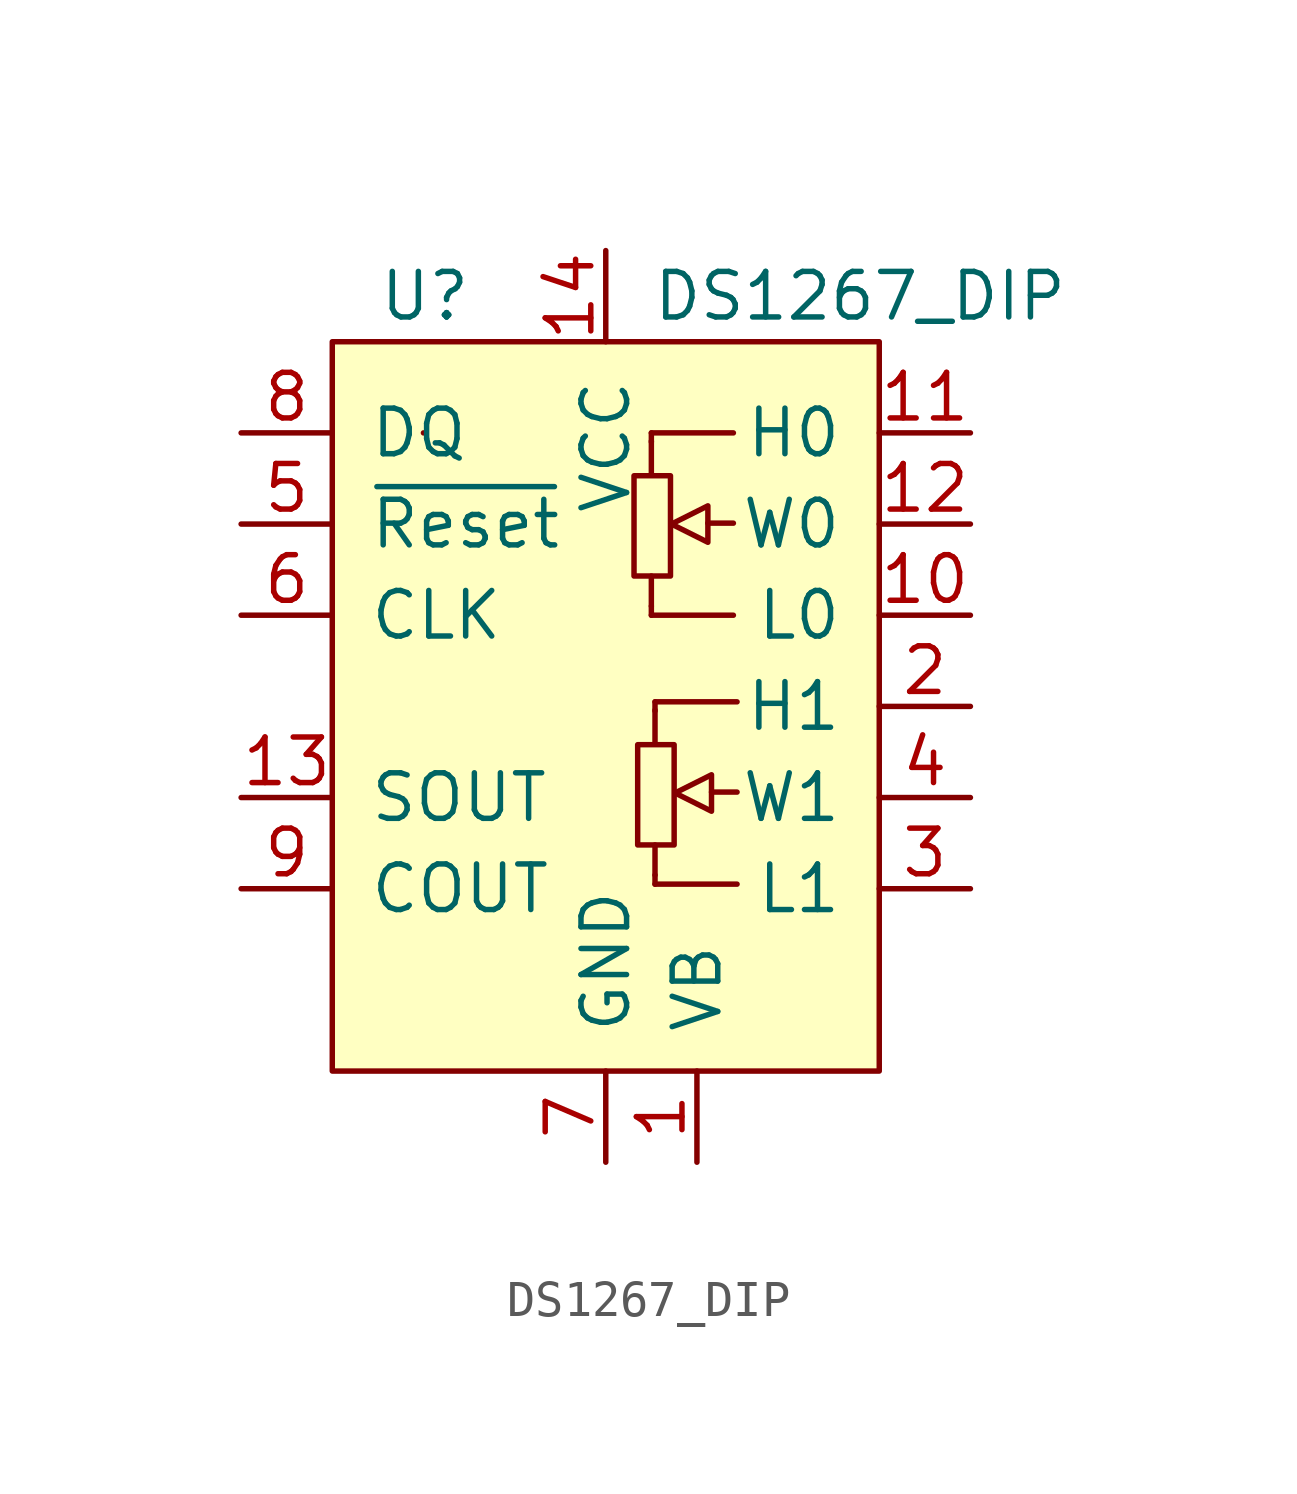
<source format=kicad_sym>
(kicad_symbol_lib
  (version 20220914)
  (generator kicad_symbol_editor)
  (symbol "DS1267_DIP"
    (pin_names
      (offset 1.016))
    (property "Reference" "U"
      (at -6.35 11.43 0)
      (effects (font (size 1.27 1.27)) (justify left)))
    (property "Value" "DS1267_DIP"
      (at 1.27 11.43 0)
      (effects (font (size 1.27 1.27)) (justify left)))
    (symbol "DS1267_DIP_0_1"
      (rectangle (start -7.62 10.16) (end 7.62 -10.16) (stroke (width 0) (type default)) (fill (type background)))
      (rectangle (start -5.08 7.62) (end -5.08 7.62) (stroke (width 0) (type default)) (fill (type none)))
      (polyline (pts (xy 1.27 2.794) (xy 1.27 3.632)) (stroke (width 0) (type default)) (fill (type none)))
      (polyline (pts (xy 1.27 7.391) (xy 1.27 6.452)) (stroke (width 0) (type default)) (fill (type none)))
      (polyline (pts (xy 1.372 -4.699) (xy 1.372 -3.861)) (stroke (width 0) (type default)) (fill (type none)))
      (polyline (pts (xy 1.372 -0.102) (xy 1.372 -1.041)) (stroke (width 0) (type default)) (fill (type none)))
      (polyline (pts (xy 2.845 5.105) (xy 3.556 5.105)) (stroke (width 0) (type default)) (fill (type none)))
      (polyline (pts (xy 2.946 -2.388) (xy 3.658 -2.388)) (stroke (width 0) (type default)) (fill (type none)))
      (polyline (pts (xy 1.27 2.54) (xy 1.27 2.794) (xy 1.27 2.794)) (stroke (width 0) (type default)) (fill (type background)))
      (polyline (pts (xy 1.27 2.54) (xy 3.556 2.54) (xy 3.556 2.54)) (stroke (width 0) (type default)) (fill (type background)))
      (polyline (pts (xy 1.27 7.62) (xy 1.27 7.366) (xy 1.27 7.366)) (stroke (width 0) (type default)) (fill (type none)))
      (polyline (pts (xy 1.27 7.62) (xy 3.556 7.62) (xy 3.556 7.62)) (stroke (width 0) (type default)) (fill (type background)))
      (polyline (pts (xy 1.372 -4.953) (xy 1.372 -4.699) (xy 1.372 -4.699)) (stroke (width 0) (type default)) (fill (type background)))
      (polyline (pts (xy 1.372 -4.953) (xy 3.658 -4.953) (xy 3.658 -4.953)) (stroke (width 0) (type default)) (fill (type background)))
      (polyline (pts (xy 1.372 0.127) (xy 1.372 -0.127) (xy 1.372 -0.127)) (stroke (width 0) (type default)) (fill (type none)))
      (polyline (pts (xy 1.372 0.127) (xy 3.658 0.127) (xy 3.658 0.127)) (stroke (width 0) (type default)) (fill (type background)))
      (polyline (pts (xy 2.845 5.588) (xy 2.845 4.572) (xy 1.829 5.08) (xy 2.845 5.588) (xy 2.845 5.588)) (stroke (width 0) (type default)) (fill (type background)))
      (polyline (pts (xy 2.946 -1.905) (xy 2.946 -2.921) (xy 1.93 -2.413) (xy 2.946 -1.905) (xy 2.946 -1.905)) (stroke (width 0) (type default)) (fill (type background)))
      (rectangle (start 0.787 6.426) (end 1.803 3.632) (stroke (width 0) (type default)) (fill (type none)))
      (rectangle (start 0.889 -1.067) (end 1.905 -3.861) (stroke (width 0) (type default)) (fill (type none))))
    (symbol "DS1267_DIP_1_1"
      (pin power_in line (at 2.54 -12.7 90) (length 2.54) (name "VB" (effects (font (size 1.27 1.27)))) (number "1" (effects (font (size 1.27 1.27)))))
      (pin passive line (at 10.16 2.54 180) (length 2.54) (name "L0" (effects (font (size 1.27 1.27)))) (number "10" (effects (font (size 1.27 1.27)))))
      (pin passive line (at 10.16 7.62 180) (length 2.54) (name "H0" (effects (font (size 1.27 1.27)))) (number "11" (effects (font (size 1.27 1.27)))))
      (pin passive line (at 10.16 5.08 180) (length 2.54) (name "W0" (effects (font (size 1.27 1.27)))) (number "12" (effects (font (size 1.27 1.27)))))
      (pin output line (at -10.16 -2.54 0) (length 2.54) (name "SOUT" (effects (font (size 1.27 1.27)))) (number "13" (effects (font (size 1.27 1.27)))))
      (pin power_in line (at 0 12.7 270) (length 2.54) (name "VCC" (effects (font (size 1.27 1.27)))) (number "14" (effects (font (size 1.27 1.27)))))
      (pin passive line (at 10.16 0 180) (length 2.54) (name "H1" (effects (font (size 1.27 1.27)))) (number "2" (effects (font (size 1.27 1.27)))))
      (pin passive line (at 10.16 -5.08 180) (length 2.54) (name "L1" (effects (font (size 1.27 1.27)))) (number "3" (effects (font (size 1.27 1.27)))))
      (pin passive line (at 10.16 -2.54 180) (length 2.54) (name "W1" (effects (font (size 1.27 1.27)))) (number "4" (effects (font (size 1.27 1.27)))))
      (pin input line (at -10.16 5.08 0) (length 2.54) (name "~{Reset}" (effects (font (size 1.27 1.27)))) (number "5" (effects (font (size 1.27 1.27)))))
      (pin input line (at -10.16 2.54 0) (length 2.54) (name "CLK" (effects (font (size 1.27 1.27)))) (number "6" (effects (font (size 1.27 1.27)))))
      (pin power_in line (at 0 -12.7 90) (length 2.54) (name "GND" (effects (font (size 1.27 1.27)))) (number "7" (effects (font (size 1.27 1.27)))))
      (pin input line (at -10.16 7.62 0) (length 2.54) (name "DQ" (effects (font (size 1.27 1.27)))) (number "8" (effects (font (size 1.27 1.27)))))
      (pin output line (at -10.16 -5.08 0) (length 2.54) (name "COUT" (effects (font (size 1.27 1.27)))) (number "9" (effects (font (size 1.27 1.27))))))))
</source>
